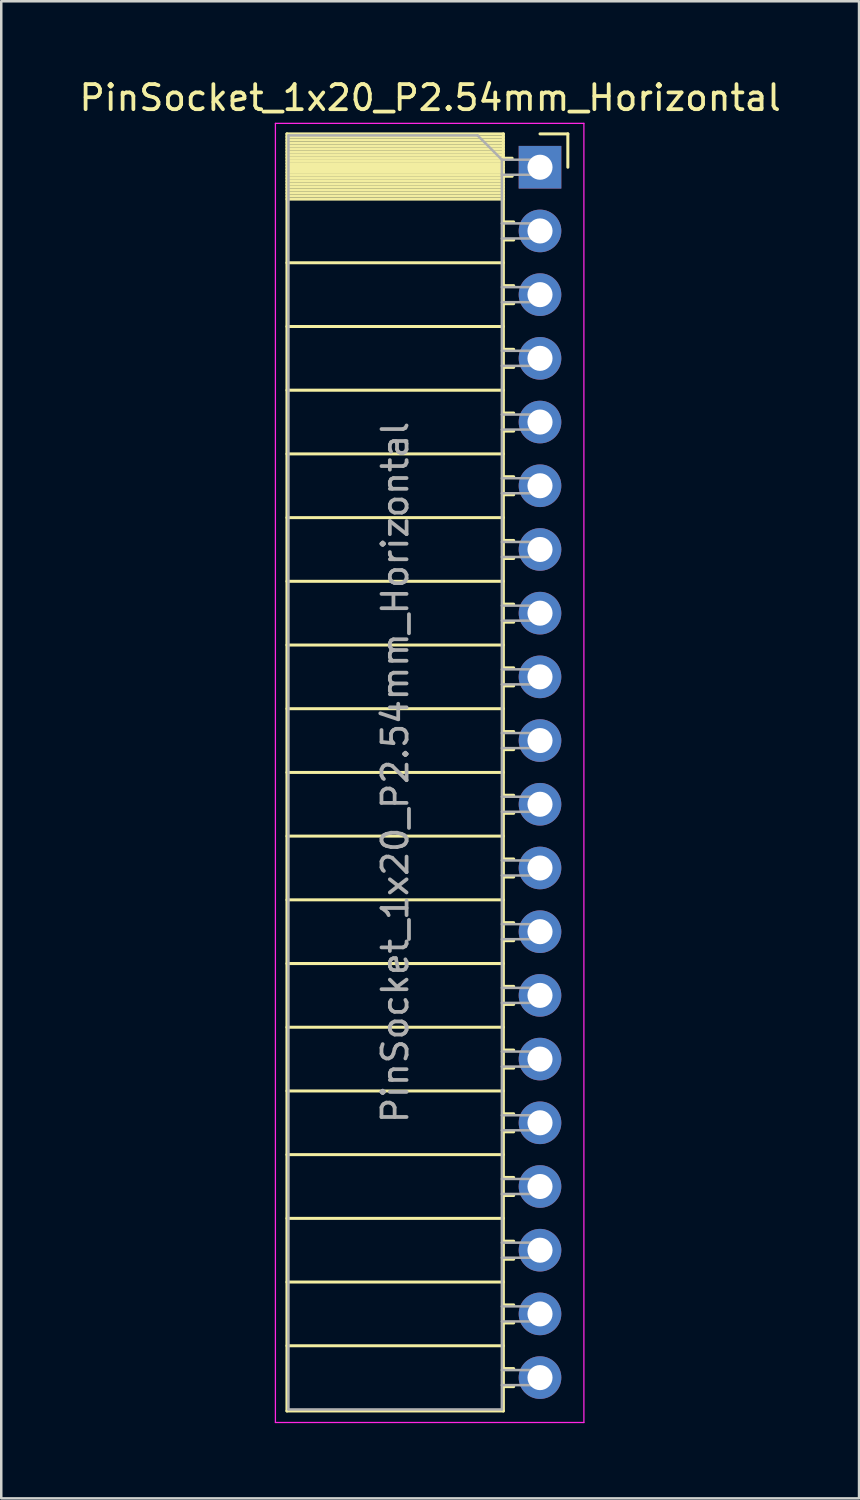
<source format=kicad_pcb>
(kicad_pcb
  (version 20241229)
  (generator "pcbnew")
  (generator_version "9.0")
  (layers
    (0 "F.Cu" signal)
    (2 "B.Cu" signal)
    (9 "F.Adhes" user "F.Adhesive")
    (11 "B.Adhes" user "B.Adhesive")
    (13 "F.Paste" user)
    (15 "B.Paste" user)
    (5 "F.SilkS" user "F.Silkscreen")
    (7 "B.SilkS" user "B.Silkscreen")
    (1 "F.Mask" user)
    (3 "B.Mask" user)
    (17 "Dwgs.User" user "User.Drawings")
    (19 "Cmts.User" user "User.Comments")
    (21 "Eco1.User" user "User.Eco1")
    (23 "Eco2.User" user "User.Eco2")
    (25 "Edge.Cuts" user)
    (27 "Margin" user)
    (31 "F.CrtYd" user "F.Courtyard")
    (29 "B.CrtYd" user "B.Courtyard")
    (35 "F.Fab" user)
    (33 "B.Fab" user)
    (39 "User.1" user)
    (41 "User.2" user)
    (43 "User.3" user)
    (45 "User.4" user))
  (footprint "PinSocket_1x20_P2.54mm_Horizontal"
    (layer "F.Cu")
    (at 18.481 3.618)
    (property "Reference" "PinSocket_1x20_P2.54mm_Horizontal" (at -4.38 -2.77 0) (layer "F.SilkS") (effects (font (size 1 1) (thickness 0.15))))
    (attr through_hole)
    (fp_line (start -10.09 -1.33) (end -10.09 49.59) (stroke (width 0.12) (type solid)) (layer "F.SilkS"))
    (fp_line (start -10.09 -1.33) (end -1.46 -1.33) (stroke (width 0.12) (type solid)) (layer "F.SilkS"))
    (fp_line (start -10.09 -1.21) (end -1.46 -1.21) (stroke (width 0.12) (type solid)) (layer "F.SilkS"))
    (fp_line (start -10.09 -1.092) (end -1.46 -1.092) (stroke (width 0.12) (type solid)) (layer "F.SilkS"))
    (fp_line (start -10.09 -0.974) (end -1.46 -0.974) (stroke (width 0.12) (type solid)) (layer "F.SilkS"))
    (fp_line (start -10.09 -0.856) (end -1.46 -0.856) (stroke (width 0.12) (type solid)) (layer "F.SilkS"))
    (fp_line (start -10.09 -0.738) (end -1.46 -0.738) (stroke (width 0.12) (type solid)) (layer "F.SilkS"))
    (fp_line (start -10.09 -0.62) (end -1.46 -0.62) (stroke (width 0.12) (type solid)) (layer "F.SilkS"))
    (fp_line (start -10.09 -0.501) (end -1.46 -0.501) (stroke (width 0.12) (type solid)) (layer "F.SilkS"))
    (fp_line (start -10.09 -0.383) (end -1.46 -0.383) (stroke (width 0.12) (type solid)) (layer "F.SilkS"))
    (fp_line (start -10.09 -0.265) (end -1.46 -0.265) (stroke (width 0.12) (type solid)) (layer "F.SilkS"))
    (fp_line (start -10.09 -0.147) (end -1.46 -0.147) (stroke (width 0.12) (type solid)) (layer "F.SilkS"))
    (fp_line (start -10.09 -0.029) (end -1.46 -0.029) (stroke (width 0.12) (type solid)) (layer "F.SilkS"))
    (fp_line (start -10.09 0.089) (end -1.46 0.089) (stroke (width 0.12) (type solid)) (layer "F.SilkS"))
    (fp_line (start -10.09 0.207) (end -1.46 0.207) (stroke (width 0.12) (type solid)) (layer "F.SilkS"))
    (fp_line (start -10.09 0.325) (end -1.46 0.325) (stroke (width 0.12) (type solid)) (layer "F.SilkS"))
    (fp_line (start -10.09 0.443) (end -1.46 0.443) (stroke (width 0.12) (type solid)) (layer "F.SilkS"))
    (fp_line (start -10.09 0.561) (end -1.46 0.561) (stroke (width 0.12) (type solid)) (layer "F.SilkS"))
    (fp_line (start -10.09 0.68) (end -1.46 0.68) (stroke (width 0.12) (type solid)) (layer "F.SilkS"))
    (fp_line (start -10.09 0.798) (end -1.46 0.798) (stroke (width 0.12) (type solid)) (layer "F.SilkS"))
    (fp_line (start -10.09 0.916) (end -1.46 0.916) (stroke (width 0.12) (type solid)) (layer "F.SilkS"))
    (fp_line (start -10.09 1.034) (end -1.46 1.034) (stroke (width 0.12) (type solid)) (layer "F.SilkS"))
    (fp_line (start -10.09 1.152) (end -1.46 1.152) (stroke (width 0.12) (type solid)) (layer "F.SilkS"))
    (fp_line (start -10.09 1.27) (end -1.46 1.27) (stroke (width 0.12) (type solid)) (layer "F.SilkS"))
    (fp_line (start -10.09 3.81) (end -1.46 3.81) (stroke (width 0.12) (type solid)) (layer "F.SilkS"))
    (fp_line (start -10.09 6.35) (end -1.46 6.35) (stroke (width 0.12) (type solid)) (layer "F.SilkS"))
    (fp_line (start -10.09 8.89) (end -1.46 8.89) (stroke (width 0.12) (type solid)) (layer "F.SilkS"))
    (fp_line (start -10.09 11.43) (end -1.46 11.43) (stroke (width 0.12) (type solid)) (layer "F.SilkS"))
    (fp_line (start -10.09 13.97) (end -1.46 13.97) (stroke (width 0.12) (type solid)) (layer "F.SilkS"))
    (fp_line (start -10.09 16.51) (end -1.46 16.51) (stroke (width 0.12) (type solid)) (layer "F.SilkS"))
    (fp_line (start -10.09 19.05) (end -1.46 19.05) (stroke (width 0.12) (type solid)) (layer "F.SilkS"))
    (fp_line (start -10.09 21.59) (end -1.46 21.59) (stroke (width 0.12) (type solid)) (layer "F.SilkS"))
    (fp_line (start -10.09 24.13) (end -1.46 24.13) (stroke (width 0.12) (type solid)) (layer "F.SilkS"))
    (fp_line (start -10.09 26.67) (end -1.46 26.67) (stroke (width 0.12) (type solid)) (layer "F.SilkS"))
    (fp_line (start -10.09 29.21) (end -1.46 29.21) (stroke (width 0.12) (type solid)) (layer "F.SilkS"))
    (fp_line (start -10.09 31.75) (end -1.46 31.75) (stroke (width 0.12) (type solid)) (layer "F.SilkS"))
    (fp_line (start -10.09 34.29) (end -1.46 34.29) (stroke (width 0.12) (type solid)) (layer "F.SilkS"))
    (fp_line (start -10.09 36.83) (end -1.46 36.83) (stroke (width 0.12) (type solid)) (layer "F.SilkS"))
    (fp_line (start -10.09 39.37) (end -1.46 39.37) (stroke (width 0.12) (type solid)) (layer "F.SilkS"))
    (fp_line (start -10.09 41.91) (end -1.46 41.91) (stroke (width 0.12) (type solid)) (layer "F.SilkS"))
    (fp_line (start -10.09 44.45) (end -1.46 44.45) (stroke (width 0.12) (type solid)) (layer "F.SilkS"))
    (fp_line (start -10.09 46.99) (end -1.46 46.99) (stroke (width 0.12) (type solid)) (layer "F.SilkS"))
    (fp_line (start -10.09 49.59) (end -1.46 49.59) (stroke (width 0.12) (type solid)) (layer "F.SilkS"))
    (fp_line (start -1.46 -1.33) (end -1.46 49.59) (stroke (width 0.12) (type solid)) (layer "F.SilkS"))
    (fp_line (start -1.46 -0.36) (end -1.11 -0.36) (stroke (width 0.12) (type solid)) (layer "F.SilkS"))
    (fp_line (start -1.46 0.36) (end -1.11 0.36) (stroke (width 0.12) (type solid)) (layer "F.SilkS"))
    (fp_line (start -1.46 2.18) (end -1.05 2.18) (stroke (width 0.12) (type solid)) (layer "F.SilkS"))
    (fp_line (start -1.46 2.9) (end -1.05 2.9) (stroke (width 0.12) (type solid)) (layer "F.SilkS"))
    (fp_line (start -1.46 4.72) (end -1.05 4.72) (stroke (width 0.12) (type solid)) (layer "F.SilkS"))
    (fp_line (start -1.46 5.44) (end -1.05 5.44) (stroke (width 0.12) (type solid)) (layer "F.SilkS"))
    (fp_line (start -1.46 7.26) (end -1.05 7.26) (stroke (width 0.12) (type solid)) (layer "F.SilkS"))
    (fp_line (start -1.46 7.98) (end -1.05 7.98) (stroke (width 0.12) (type solid)) (layer "F.SilkS"))
    (fp_line (start -1.46 9.8) (end -1.05 9.8) (stroke (width 0.12) (type solid)) (layer "F.SilkS"))
    (fp_line (start -1.46 10.52) (end -1.05 10.52) (stroke (width 0.12) (type solid)) (layer "F.SilkS"))
    (fp_line (start -1.46 12.34) (end -1.05 12.34) (stroke (width 0.12) (type solid)) (layer "F.SilkS"))
    (fp_line (start -1.46 13.06) (end -1.05 13.06) (stroke (width 0.12) (type solid)) (layer "F.SilkS"))
    (fp_line (start -1.46 14.88) (end -1.05 14.88) (stroke (width 0.12) (type solid)) (layer "F.SilkS"))
    (fp_line (start -1.46 15.6) (end -1.05 15.6) (stroke (width 0.12) (type solid)) (layer "F.SilkS"))
    (fp_line (start -1.46 17.42) (end -1.05 17.42) (stroke (width 0.12) (type solid)) (layer "F.SilkS"))
    (fp_line (start -1.46 18.14) (end -1.05 18.14) (stroke (width 0.12) (type solid)) (layer "F.SilkS"))
    (fp_line (start -1.46 19.96) (end -1.05 19.96) (stroke (width 0.12) (type solid)) (layer "F.SilkS"))
    (fp_line (start -1.46 20.68) (end -1.05 20.68) (stroke (width 0.12) (type solid)) (layer "F.SilkS"))
    (fp_line (start -1.46 22.5) (end -1.05 22.5) (stroke (width 0.12) (type solid)) (layer "F.SilkS"))
    (fp_line (start -1.46 23.22) (end -1.05 23.22) (stroke (width 0.12) (type solid)) (layer "F.SilkS"))
    (fp_line (start -1.46 25.04) (end -1.05 25.04) (stroke (width 0.12) (type solid)) (layer "F.SilkS"))
    (fp_line (start -1.46 25.76) (end -1.05 25.76) (stroke (width 0.12) (type solid)) (layer "F.SilkS"))
    (fp_line (start -1.46 27.58) (end -1.05 27.58) (stroke (width 0.12) (type solid)) (layer "F.SilkS"))
    (fp_line (start -1.46 28.3) (end -1.05 28.3) (stroke (width 0.12) (type solid)) (layer "F.SilkS"))
    (fp_line (start -1.46 30.12) (end -1.05 30.12) (stroke (width 0.12) (type solid)) (layer "F.SilkS"))
    (fp_line (start -1.46 30.84) (end -1.05 30.84) (stroke (width 0.12) (type solid)) (layer "F.SilkS"))
    (fp_line (start -1.46 32.66) (end -1.05 32.66) (stroke (width 0.12) (type solid)) (layer "F.SilkS"))
    (fp_line (start -1.46 33.38) (end -1.05 33.38) (stroke (width 0.12) (type solid)) (layer "F.SilkS"))
    (fp_line (start -1.46 35.2) (end -1.05 35.2) (stroke (width 0.12) (type solid)) (layer "F.SilkS"))
    (fp_line (start -1.46 35.92) (end -1.05 35.92) (stroke (width 0.12) (type solid)) (layer "F.SilkS"))
    (fp_line (start -1.46 37.74) (end -1.05 37.74) (stroke (width 0.12) (type solid)) (layer "F.SilkS"))
    (fp_line (start -1.46 38.46) (end -1.05 38.46) (stroke (width 0.12) (type solid)) (layer "F.SilkS"))
    (fp_line (start -1.46 40.28) (end -1.05 40.28) (stroke (width 0.12) (type solid)) (layer "F.SilkS"))
    (fp_line (start -1.46 41) (end -1.05 41) (stroke (width 0.12) (type solid)) (layer "F.SilkS"))
    (fp_line (start -1.46 42.82) (end -1.05 42.82) (stroke (width 0.12) (type solid)) (layer "F.SilkS"))
    (fp_line (start -1.46 43.54) (end -1.05 43.54) (stroke (width 0.12) (type solid)) (layer "F.SilkS"))
    (fp_line (start -1.46 45.36) (end -1.05 45.36) (stroke (width 0.12) (type solid)) (layer "F.SilkS"))
    (fp_line (start -1.46 46.08) (end -1.05 46.08) (stroke (width 0.12) (type solid)) (layer "F.SilkS"))
    (fp_line (start -1.46 47.9) (end -1.05 47.9) (stroke (width 0.12) (type solid)) (layer "F.SilkS"))
    (fp_line (start -1.46 48.62) (end -1.05 48.62) (stroke (width 0.12) (type solid)) (layer "F.SilkS"))
    (fp_line (start 0 -1.33) (end 1.11 -1.33) (stroke (width 0.12) (type solid)) (layer "F.SilkS"))
    (fp_line (start 1.11 -1.33) (end 1.11 0) (stroke (width 0.12) (type solid)) (layer "F.SilkS"))
    (fp_line (start -10.55 -1.75) (end -10.55 50.05) (stroke (width 0.05) (type solid)) (layer "F.CrtYd"))
    (fp_line (start -10.55 50.05) (end 1.75 50.05) (stroke (width 0.05) (type solid)) (layer "F.CrtYd"))
    (fp_line (start 1.75 -1.75) (end -10.55 -1.75) (stroke (width 0.05) (type solid)) (layer "F.CrtYd"))
    (fp_line (start 1.75 50.05) (end 1.75 -1.75) (stroke (width 0.05) (type solid)) (layer "F.CrtYd"))
    (fp_line (start -10.03 -1.27) (end -2.49 -1.27) (stroke (width 0.1) (type solid)) (layer "F.Fab"))
    (fp_line (start -10.03 49.53) (end -10.03 -1.27) (stroke (width 0.1) (type solid)) (layer "F.Fab"))
    (fp_line (start -2.49 -1.27) (end -1.52 -0.3) (stroke (width 0.1) (type solid)) (layer "F.Fab"))
    (fp_line (start -1.52 -0.3) (end -1.52 49.53) (stroke (width 0.1) (type solid)) (layer "F.Fab"))
    (fp_line (start -1.52 0.3) (end 0 0.3) (stroke (width 0.1) (type solid)) (layer "F.Fab"))
    (fp_line (start -1.52 2.84) (end 0 2.84) (stroke (width 0.1) (type solid)) (layer "F.Fab"))
    (fp_line (start -1.52 5.38) (end 0 5.38) (stroke (width 0.1) (type solid)) (layer "F.Fab"))
    (fp_line (start -1.52 7.92) (end 0 7.92) (stroke (width 0.1) (type solid)) (layer "F.Fab"))
    (fp_line (start -1.52 10.46) (end 0 10.46) (stroke (width 0.1) (type solid)) (layer "F.Fab"))
    (fp_line (start -1.52 13) (end 0 13) (stroke (width 0.1) (type solid)) (layer "F.Fab"))
    (fp_line (start -1.52 15.54) (end 0 15.54) (stroke (width 0.1) (type solid)) (layer "F.Fab"))
    (fp_line (start -1.52 18.08) (end 0 18.08) (stroke (width 0.1) (type solid)) (layer "F.Fab"))
    (fp_line (start -1.52 20.62) (end 0 20.62) (stroke (width 0.1) (type solid)) (layer "F.Fab"))
    (fp_line (start -1.52 23.16) (end 0 23.16) (stroke (width 0.1) (type solid)) (layer "F.Fab"))
    (fp_line (start -1.52 25.7) (end 0 25.7) (stroke (width 0.1) (type solid)) (layer "F.Fab"))
    (fp_line (start -1.52 28.24) (end 0 28.24) (stroke (width 0.1) (type solid)) (layer "F.Fab"))
    (fp_line (start -1.52 30.78) (end 0 30.78) (stroke (width 0.1) (type solid)) (layer "F.Fab"))
    (fp_line (start -1.52 33.32) (end 0 33.32) (stroke (width 0.1) (type solid)) (layer "F.Fab"))
    (fp_line (start -1.52 35.86) (end 0 35.86) (stroke (width 0.1) (type solid)) (layer "F.Fab"))
    (fp_line (start -1.52 38.4) (end 0 38.4) (stroke (width 0.1) (type solid)) (layer "F.Fab"))
    (fp_line (start -1.52 40.94) (end 0 40.94) (stroke (width 0.1) (type solid)) (layer "F.Fab"))
    (fp_line (start -1.52 43.48) (end 0 43.48) (stroke (width 0.1) (type solid)) (layer "F.Fab"))
    (fp_line (start -1.52 46.02) (end 0 46.02) (stroke (width 0.1) (type solid)) (layer "F.Fab"))
    (fp_line (start -1.52 48.56) (end 0 48.56) (stroke (width 0.1) (type solid)) (layer "F.Fab"))
    (fp_line (start -1.52 49.53) (end -10.03 49.53) (stroke (width 0.1) (type solid)) (layer "F.Fab"))
    (fp_line (start 0 -0.3) (end -1.52 -0.3) (stroke (width 0.1) (type solid)) (layer "F.Fab"))
    (fp_line (start 0 0.3) (end 0 -0.3) (stroke (width 0.1) (type solid)) (layer "F.Fab"))
    (fp_line (start 0 2.24) (end -1.52 2.24) (stroke (width 0.1) (type solid)) (layer "F.Fab"))
    (fp_line (start 0 2.84) (end 0 2.24) (stroke (width 0.1) (type solid)) (layer "F.Fab"))
    (fp_line (start 0 4.78) (end -1.52 4.78) (stroke (width 0.1) (type solid)) (layer "F.Fab"))
    (fp_line (start 0 5.38) (end 0 4.78) (stroke (width 0.1) (type solid)) (layer "F.Fab"))
    (fp_line (start 0 7.32) (end -1.52 7.32) (stroke (width 0.1) (type solid)) (layer "F.Fab"))
    (fp_line (start 0 7.92) (end 0 7.32) (stroke (width 0.1) (type solid)) (layer "F.Fab"))
    (fp_line (start 0 9.86) (end -1.52 9.86) (stroke (width 0.1) (type solid)) (layer "F.Fab"))
    (fp_line (start 0 10.46) (end 0 9.86) (stroke (width 0.1) (type solid)) (layer "F.Fab"))
    (fp_line (start 0 12.4) (end -1.52 12.4) (stroke (width 0.1) (type solid)) (layer "F.Fab"))
    (fp_line (start 0 13) (end 0 12.4) (stroke (width 0.1) (type solid)) (layer "F.Fab"))
    (fp_line (start 0 14.94) (end -1.52 14.94) (stroke (width 0.1) (type solid)) (layer "F.Fab"))
    (fp_line (start 0 15.54) (end 0 14.94) (stroke (width 0.1) (type solid)) (layer "F.Fab"))
    (fp_line (start 0 17.48) (end -1.52 17.48) (stroke (width 0.1) (type solid)) (layer "F.Fab"))
    (fp_line (start 0 18.08) (end 0 17.48) (stroke (width 0.1) (type solid)) (layer "F.Fab"))
    (fp_line (start 0 20.02) (end -1.52 20.02) (stroke (width 0.1) (type solid)) (layer "F.Fab"))
    (fp_line (start 0 20.62) (end 0 20.02) (stroke (width 0.1) (type solid)) (layer "F.Fab"))
    (fp_line (start 0 22.56) (end -1.52 22.56) (stroke (width 0.1) (type solid)) (layer "F.Fab"))
    (fp_line (start 0 23.16) (end 0 22.56) (stroke (width 0.1) (type solid)) (layer "F.Fab"))
    (fp_line (start 0 25.1) (end -1.52 25.1) (stroke (width 0.1) (type solid)) (layer "F.Fab"))
    (fp_line (start 0 25.7) (end 0 25.1) (stroke (width 0.1) (type solid)) (layer "F.Fab"))
    (fp_line (start 0 27.64) (end -1.52 27.64) (stroke (width 0.1) (type solid)) (layer "F.Fab"))
    (fp_line (start 0 28.24) (end 0 27.64) (stroke (width 0.1) (type solid)) (layer "F.Fab"))
    (fp_line (start 0 30.18) (end -1.52 30.18) (stroke (width 0.1) (type solid)) (layer "F.Fab"))
    (fp_line (start 0 30.78) (end 0 30.18) (stroke (width 0.1) (type solid)) (layer "F.Fab"))
    (fp_line (start 0 32.72) (end -1.52 32.72) (stroke (width 0.1) (type solid)) (layer "F.Fab"))
    (fp_line (start 0 33.32) (end 0 32.72) (stroke (width 0.1) (type solid)) (layer "F.Fab"))
    (fp_line (start 0 35.26) (end -1.52 35.26) (stroke (width 0.1) (type solid)) (layer "F.Fab"))
    (fp_line (start 0 35.86) (end 0 35.26) (stroke (width 0.1) (type solid)) (layer "F.Fab"))
    (fp_line (start 0 37.8) (end -1.52 37.8) (stroke (width 0.1) (type solid)) (layer "F.Fab"))
    (fp_line (start 0 38.4) (end 0 37.8) (stroke (width 0.1) (type solid)) (layer "F.Fab"))
    (fp_line (start 0 40.34) (end -1.52 40.34) (stroke (width 0.1) (type solid)) (layer "F.Fab"))
    (fp_line (start 0 40.94) (end 0 40.34) (stroke (width 0.1) (type solid)) (layer "F.Fab"))
    (fp_line (start 0 42.88) (end -1.52 42.88) (stroke (width 0.1) (type solid)) (layer "F.Fab"))
    (fp_line (start 0 43.48) (end 0 42.88) (stroke (width 0.1) (type solid)) (layer "F.Fab"))
    (fp_line (start 0 45.42) (end -1.52 45.42) (stroke (width 0.1) (type solid)) (layer "F.Fab"))
    (fp_line (start 0 46.02) (end 0 45.42) (stroke (width 0.1) (type solid)) (layer "F.Fab"))
    (fp_line (start 0 47.96) (end -1.52 47.96) (stroke (width 0.1) (type solid)) (layer "F.Fab"))
    (fp_line (start 0 48.56) (end 0 47.96) (stroke (width 0.1) (type solid)) (layer "F.Fab"))
    (fp_text user "${REFERENCE}" (at -5.775 24.13 90) (layer "F.Fab") (effects (font (size 1 1) (thickness 0.15))))
    (pad "1" thru_hole rect (at 0 0) (size 1.7 1.7) (drill 1) (layers "*.Cu" "*.Mask"))
    (pad "2" thru_hole circle (at 0 2.54) (size 1.7 1.7) (drill 1) (layers "*.Cu" "*.Mask"))
    (pad "3" thru_hole circle (at 0 5.08) (size 1.7 1.7) (drill 1) (layers "*.Cu" "*.Mask"))
    (pad "4" thru_hole circle (at 0 7.62) (size 1.7 1.7) (drill 1) (layers "*.Cu" "*.Mask"))
    (pad "5" thru_hole circle (at 0 10.16) (size 1.7 1.7) (drill 1) (layers "*.Cu" "*.Mask"))
    (pad "6" thru_hole circle (at 0 12.7) (size 1.7 1.7) (drill 1) (layers "*.Cu" "*.Mask"))
    (pad "7" thru_hole circle (at 0 15.24) (size 1.7 1.7) (drill 1) (layers "*.Cu" "*.Mask"))
    (pad "8" thru_hole circle (at 0 17.78) (size 1.7 1.7) (drill 1) (layers "*.Cu" "*.Mask"))
    (pad "9" thru_hole circle (at 0 20.32) (size 1.7 1.7) (drill 1) (layers "*.Cu" "*.Mask"))
    (pad "10" thru_hole circle (at 0 22.86) (size 1.7 1.7) (drill 1) (layers "*.Cu" "*.Mask"))
    (pad "11" thru_hole circle (at 0 25.4) (size 1.7 1.7) (drill 1) (layers "*.Cu" "*.Mask"))
    (pad "12" thru_hole circle (at 0 27.94) (size 1.7 1.7) (drill 1) (layers "*.Cu" "*.Mask"))
    (pad "13" thru_hole circle (at 0 30.48) (size 1.7 1.7) (drill 1) (layers "*.Cu" "*.Mask"))
    (pad "14" thru_hole circle (at 0 33.02) (size 1.7 1.7) (drill 1) (layers "*.Cu" "*.Mask"))
    (pad "15" thru_hole circle (at 0 35.56) (size 1.7 1.7) (drill 1) (layers "*.Cu" "*.Mask"))
    (pad "16" thru_hole circle (at 0 38.1) (size 1.7 1.7) (drill 1) (layers "*.Cu" "*.Mask"))
    (pad "17" thru_hole circle (at 0 40.64) (size 1.7 1.7) (drill 1) (layers "*.Cu" "*.Mask"))
    (pad "18" thru_hole circle (at 0 43.18) (size 1.7 1.7) (drill 1) (layers "*.Cu" "*.Mask"))
    (pad "19" thru_hole circle (at 0 45.72) (size 1.7 1.7) (drill 1) (layers "*.Cu" "*.Mask"))
    (pad "20" thru_hole circle (at 0 48.26) (size 1.7 1.7) (drill 1) (layers "*.Cu" "*.Mask")))
  (gr_rect
    (start -3 -3)
    (end 31.202 56.693)
    (stroke (width 0.1) (type default))
    (fill no)
    (layer "Edge.Cuts")))
</source>
